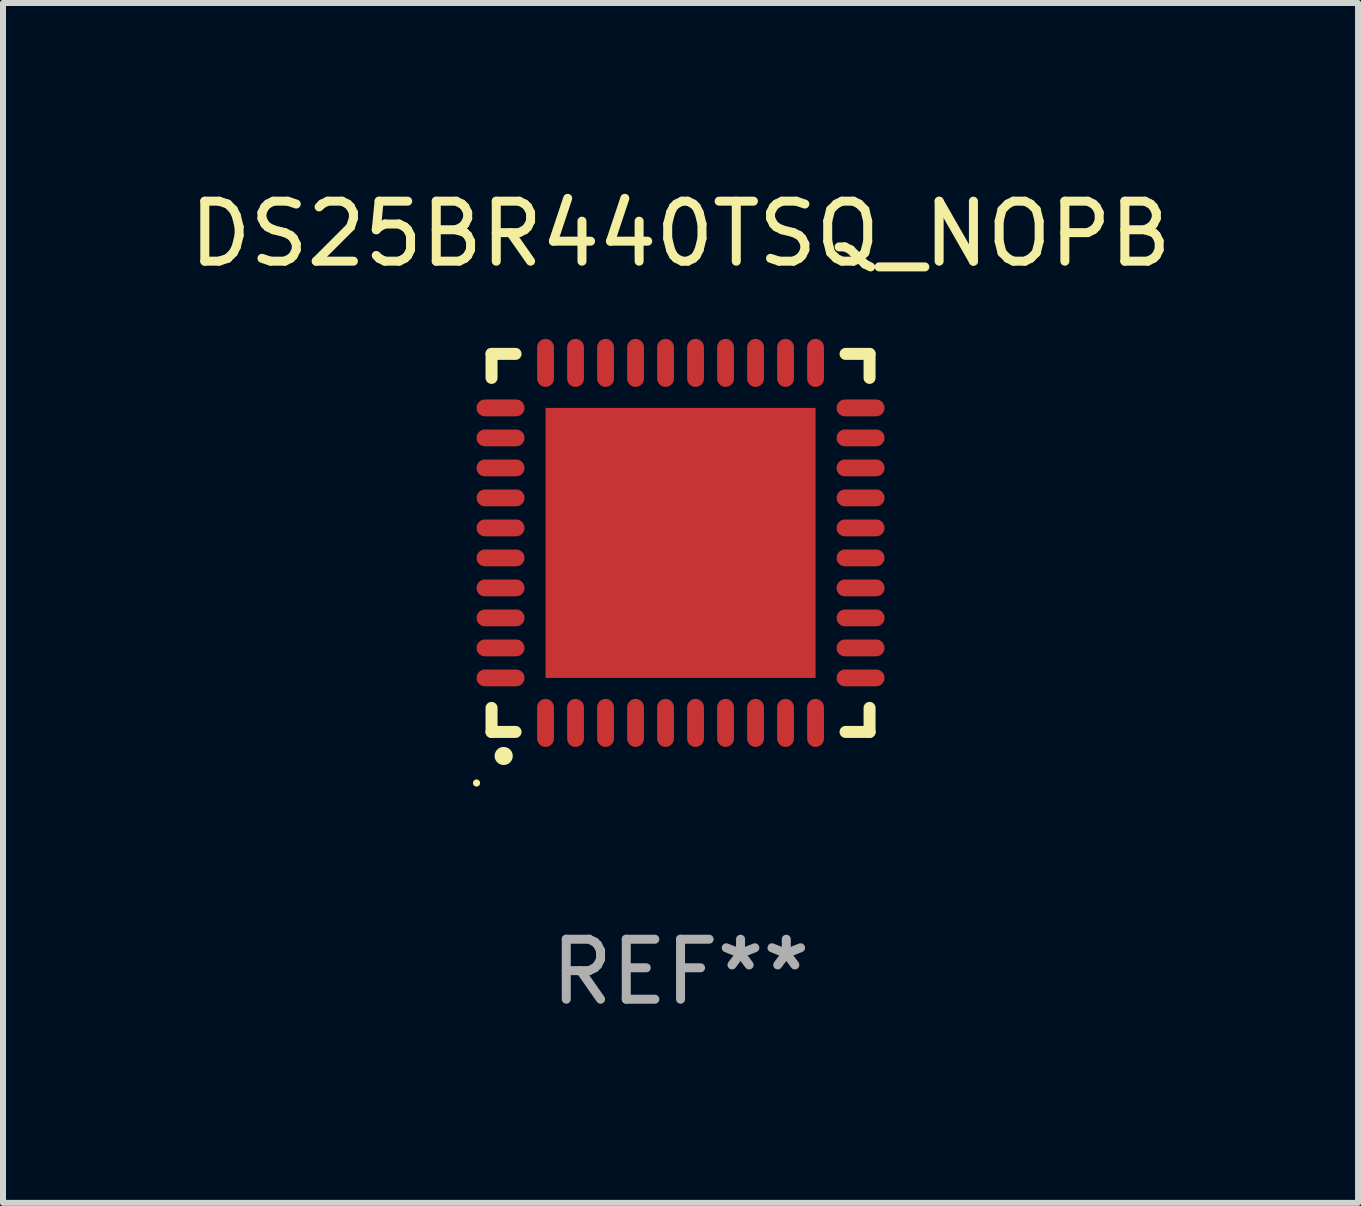
<source format=kicad_pcb>
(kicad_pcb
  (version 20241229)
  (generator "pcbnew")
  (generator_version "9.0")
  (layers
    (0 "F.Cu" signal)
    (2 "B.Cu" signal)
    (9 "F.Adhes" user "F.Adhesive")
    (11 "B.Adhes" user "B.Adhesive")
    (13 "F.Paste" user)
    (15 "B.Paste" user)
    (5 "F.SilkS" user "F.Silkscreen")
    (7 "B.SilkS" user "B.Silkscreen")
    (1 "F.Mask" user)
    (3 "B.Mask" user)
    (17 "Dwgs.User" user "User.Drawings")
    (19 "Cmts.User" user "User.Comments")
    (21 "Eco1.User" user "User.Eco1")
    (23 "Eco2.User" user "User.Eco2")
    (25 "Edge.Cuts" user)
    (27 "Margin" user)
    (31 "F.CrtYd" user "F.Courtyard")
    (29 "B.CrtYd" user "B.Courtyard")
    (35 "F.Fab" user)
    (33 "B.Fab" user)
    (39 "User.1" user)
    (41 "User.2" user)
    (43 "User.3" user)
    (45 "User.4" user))
  (footprint "DS25BR440TSQ_NOPB"
    (layer "F.Cu")
    (at 8.292 5.998)
    (property "Reference" "DS25BR440TSQ_NOPB" (at 0 -5.15 0) (layer "F.SilkS") (effects (font (size 1 1) (thickness 0.15))))
    (attr through_hole)
    (fp_line (start -3.15 -3.15) (end -2.75 -3.15) (stroke (width 0.2) (type solid)) (layer "F.SilkS"))
    (fp_line (start -3.15 -2.75) (end -3.15 -3.15) (stroke (width 0.2) (type solid)) (layer "F.SilkS"))
    (fp_line (start -3.15 3.15) (end -3.15 2.75) (stroke (width 0.2) (type solid)) (layer "F.SilkS"))
    (fp_line (start -2.75 3.15) (end -3.15 3.15) (stroke (width 0.2) (type solid)) (layer "F.SilkS"))
    (fp_line (start 3.15 -3.15) (end 2.75 -3.15) (stroke (width 0.2) (type solid)) (layer "F.SilkS"))
    (fp_line (start 3.15 -2.75) (end 3.15 -3.15) (stroke (width 0.2) (type solid)) (layer "F.SilkS"))
    (fp_line (start 3.15 2.75) (end 3.15 3.15) (stroke (width 0.2) (type solid)) (layer "F.SilkS"))
    (fp_line (start 3.15 3.15) (end 2.75 3.15) (stroke (width 0.2) (type solid)) (layer "F.SilkS"))
    (fp_arc (start -2.948946 3.550927) (mid -2.947676 3.550922) (end -2.946406 3.550927) (stroke (width 0.3) (type solid)) (layer "F.SilkS"))
    (fp_circle (center -3.4 4.001) (end -3.37 4.001) (stroke (width 0.06) (type solid)) (fill no) (layer "F.SilkS"))
    (fp_text user "REF**" (at 0 7.15 0) (layer "F.Fab") (effects (font (size 1 1) (thickness 0.15))))
    (pad "1" smd oval (at -2.25 3 180) (size 0.28 0.8) (layers "F.Cu" "F.Mask" "F.Paste"))
    (pad "2" smd oval (at -1.75 3 180) (size 0.28 0.8) (layers "F.Cu" "F.Mask" "F.Paste"))
    (pad "3" smd oval (at -1.25 3 180) (size 0.28 0.8) (layers "F.Cu" "F.Mask" "F.Paste"))
    (pad "4" smd oval (at -0.75 3 180) (size 0.28 0.8) (layers "F.Cu" "F.Mask" "F.Paste"))
    (pad "5" smd oval (at -0.25 3 180) (size 0.28 0.8) (layers "F.Cu" "F.Mask" "F.Paste"))
    (pad "6" smd oval (at 0.25 3 180) (size 0.28 0.8) (layers "F.Cu" "F.Mask" "F.Paste"))
    (pad "7" smd oval (at 0.75 3 180) (size 0.28 0.8) (layers "F.Cu" "F.Mask" "F.Paste"))
    (pad "8" smd oval (at 1.25 3 180) (size 0.28 0.8) (layers "F.Cu" "F.Mask" "F.Paste"))
    (pad "9" smd oval (at 1.75 3 180) (size 0.28 0.8) (layers "F.Cu" "F.Mask" "F.Paste"))
    (pad "10" smd oval (at 2.25 3 180) (size 0.28 0.8) (layers "F.Cu" "F.Mask" "F.Paste"))
    (pad "11" smd oval (at 3 2.25 90) (size 0.28 0.8) (layers "F.Cu" "F.Mask" "F.Paste"))
    (pad "12" smd oval (at 3 1.75 90) (size 0.28 0.8) (layers "F.Cu" "F.Mask" "F.Paste"))
    (pad "13" smd oval (at 3 1.25 90) (size 0.28 0.8) (layers "F.Cu" "F.Mask" "F.Paste"))
    (pad "14" smd oval (at 3 0.75 90) (size 0.28 0.8) (layers "F.Cu" "F.Mask" "F.Paste"))
    (pad "15" smd oval (at 3 0.25 90) (size 0.28 0.8) (layers "F.Cu" "F.Mask" "F.Paste"))
    (pad "16" smd oval (at 3 -0.25 90) (size 0.28 0.8) (layers "F.Cu" "F.Mask" "F.Paste"))
    (pad "17" smd oval (at 3 -0.75 90) (size 0.28 0.8) (layers "F.Cu" "F.Mask" "F.Paste"))
    (pad "18" smd oval (at 3 -1.25 90) (size 0.28 0.8) (layers "F.Cu" "F.Mask" "F.Paste"))
    (pad "19" smd oval (at 3 -1.75 90) (size 0.28 0.8) (layers "F.Cu" "F.Mask" "F.Paste"))
    (pad "20" smd oval (at 3 -2.25 90) (size 0.28 0.8) (layers "F.Cu" "F.Mask" "F.Paste"))
    (pad "21" smd oval (at 2.25 -3 180) (size 0.28 0.8) (layers "F.Cu" "F.Mask" "F.Paste"))
    (pad "22" smd oval (at 1.75 -3 180) (size 0.28 0.8) (layers "F.Cu" "F.Mask" "F.Paste"))
    (pad "23" smd oval (at 1.25 -3 180) (size 0.28 0.8) (layers "F.Cu" "F.Mask" "F.Paste"))
    (pad "24" smd oval (at 0.75 -3 180) (size 0.28 0.8) (layers "F.Cu" "F.Mask" "F.Paste"))
    (pad "25" smd oval (at 0.25 -3 180) (size 0.28 0.8) (layers "F.Cu" "F.Mask" "F.Paste"))
    (pad "26" smd oval (at -0.25 -3 180) (size 0.28 0.8) (layers "F.Cu" "F.Mask" "F.Paste"))
    (pad "27" smd oval (at -0.75 -3 180) (size 0.28 0.8) (layers "F.Cu" "F.Mask" "F.Paste"))
    (pad "28" smd oval (at -1.25 -3 180) (size 0.28 0.8) (layers "F.Cu" "F.Mask" "F.Paste"))
    (pad "29" smd oval (at -1.75 -3 180) (size 0.28 0.8) (layers "F.Cu" "F.Mask" "F.Paste"))
    (pad "30" smd oval (at -2.25 -3 180) (size 0.28 0.8) (layers "F.Cu" "F.Mask" "F.Paste"))
    (pad "31" smd oval (at -3 -2.25 90) (size 0.28 0.8) (layers "F.Cu" "F.Mask" "F.Paste"))
    (pad "32" smd oval (at -3 -1.75 90) (size 0.28 0.8) (layers "F.Cu" "F.Mask" "F.Paste"))
    (pad "33" smd oval (at -3 -1.25 90) (size 0.28 0.8) (layers "F.Cu" "F.Mask" "F.Paste"))
    (pad "34" smd oval (at -3 -0.75 90) (size 0.28 0.8) (layers "F.Cu" "F.Mask" "F.Paste"))
    (pad "35" smd oval (at -3 -0.25 90) (size 0.28 0.8) (layers "F.Cu" "F.Mask" "F.Paste"))
    (pad "36" smd oval (at -3 0.25 90) (size 0.28 0.8) (layers "F.Cu" "F.Mask" "F.Paste"))
    (pad "37" smd oval (at -3 0.75 90) (size 0.28 0.8) (layers "F.Cu" "F.Mask" "F.Paste"))
    (pad "38" smd oval (at -3 1.25 90) (size 0.28 0.8) (layers "F.Cu" "F.Mask" "F.Paste"))
    (pad "39" smd oval (at -3 1.75 90) (size 0.28 0.8) (layers "F.Cu" "F.Mask" "F.Paste"))
    (pad "40" smd oval (at -3 2.25 90) (size 0.28 0.8) (layers "F.Cu" "F.Mask" "F.Paste"))
    (pad "41" smd rect (at 0.000051 0.000051 90) (size 4.5 4.5) (layers "F.Cu" "F.Mask" "F.Paste")))
  (gr_rect
    (start -3 -3)
    (end 19.583 16.997)
    (stroke (width 0.1) (type default))
    (fill no)
    (layer "Edge.Cuts")))
</source>
